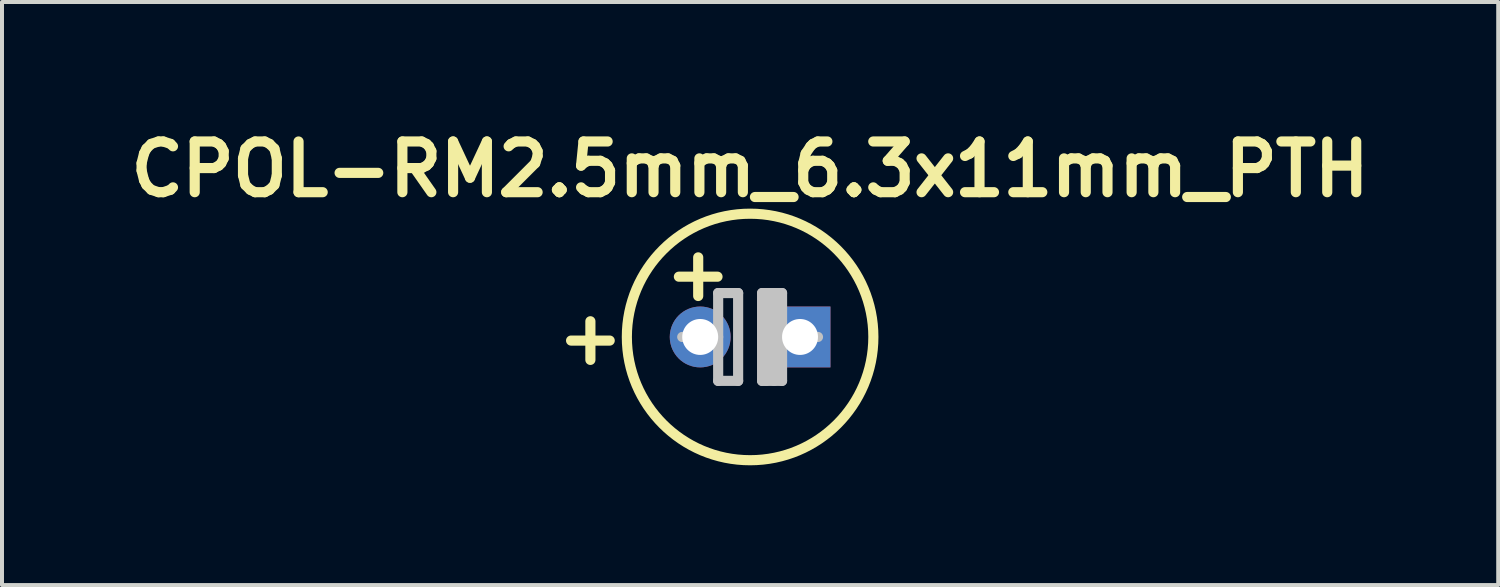
<source format=kicad_pcb>
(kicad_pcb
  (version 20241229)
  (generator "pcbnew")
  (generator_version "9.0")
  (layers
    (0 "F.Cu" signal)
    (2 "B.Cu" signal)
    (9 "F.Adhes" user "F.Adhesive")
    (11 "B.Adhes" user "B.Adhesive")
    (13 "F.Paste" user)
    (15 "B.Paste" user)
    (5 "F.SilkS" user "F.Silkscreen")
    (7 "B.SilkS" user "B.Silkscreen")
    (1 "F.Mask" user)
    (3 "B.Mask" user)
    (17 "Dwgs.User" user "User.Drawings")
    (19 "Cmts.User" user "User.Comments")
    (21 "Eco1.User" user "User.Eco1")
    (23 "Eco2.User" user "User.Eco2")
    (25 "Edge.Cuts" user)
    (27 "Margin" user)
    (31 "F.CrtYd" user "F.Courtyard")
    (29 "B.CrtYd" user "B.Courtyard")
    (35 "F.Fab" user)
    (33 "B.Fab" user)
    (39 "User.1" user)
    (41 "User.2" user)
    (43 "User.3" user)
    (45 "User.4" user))
  (footprint "CPOL-RM2.5mm_6.3x11mm_PTH"
    (layer "F.Cu")
    (at 15.736 5.389)
    (property "Reference" "CPOL-RM2.5mm_6.3x11mm_PTH" (at 0 -4.2 0) (layer "F.SilkS") (effects (font (size 1.27 1.27) (thickness 0.254))))
    (attr through_hole)
    (fp_circle (center 0 0) (end 2.84 1.21) (stroke (width 0.254) (type solid)) (fill no) (layer "F.SilkS"))
    (fp_line (start -0.8 -1.1) (end -0.8 1.1) (stroke (width 0.254) (type solid)) (layer "Dwgs.User"))
    (fp_line (start -0.8 -1.1) (end -0.3 -1.1) (stroke (width 0.254) (type solid)) (layer "Dwgs.User"))
    (fp_line (start -0.8 0) (end -1.7 0) (stroke (width 0.254) (type solid)) (layer "Dwgs.User"))
    (fp_line (start -0.8 1.1) (end -0.3 1.1) (stroke (width 0.254) (type solid)) (layer "Dwgs.User"))
    (fp_line (start -0.3 -1.1) (end -0.3 1.1) (stroke (width 0.254) (type solid)) (layer "Dwgs.User"))
    (fp_line (start 0.3 -1.1) (end 0.3 1.1) (stroke (width 0.254) (type solid)) (layer "Dwgs.User"))
    (fp_line (start 0.3 -1.1) (end 0.8 -1.1) (stroke (width 0.254) (type solid)) (layer "Dwgs.User"))
    (fp_line (start 0.3 1.1) (end 0.8 1.1) (stroke (width 0.254) (type solid)) (layer "Dwgs.User"))
    (fp_line (start 0.4 -1) (end 0.4 1.1) (stroke (width 0.254) (type solid)) (layer "Dwgs.User"))
    (fp_line (start 0.6 -1.1) (end 0.6 1.1) (stroke (width 0.254) (type solid)) (layer "Dwgs.User"))
    (fp_line (start 0.8 -1.1) (end 0.8 1.1) (stroke (width 0.254) (type solid)) (layer "Dwgs.User"))
    (fp_line (start 1.7 0) (end 0.8 0) (stroke (width 0.254) (type solid)) (layer "Dwgs.User"))
    (fp_text user "+" (at -1.3 -1.6 0) (layer "F.SilkS") (effects (font (size 1.27 1.27) (thickness 0.254))))
    (fp_text user "+" (at -4 0 0) (layer "F.SilkS") (effects (font (size 1.27 1.27) (thickness 0.254))))
    (pad "1" thru_hole circle (at -1.25 0) (size 1.524 1.524) (drill 0.9) (layers "*.Cu" "*.Mask"))
    (pad "2" thru_hole rect (at 1.25 0) (size 1.524 1.524) (drill 0.9) (layers "*.Cu" "*.Mask")))
  (gr_rect
    (start -3 -3)
    (end 34.472 11.603)
    (stroke (width 0.1) (type default))
    (fill no)
    (layer "Edge.Cuts")))
</source>
